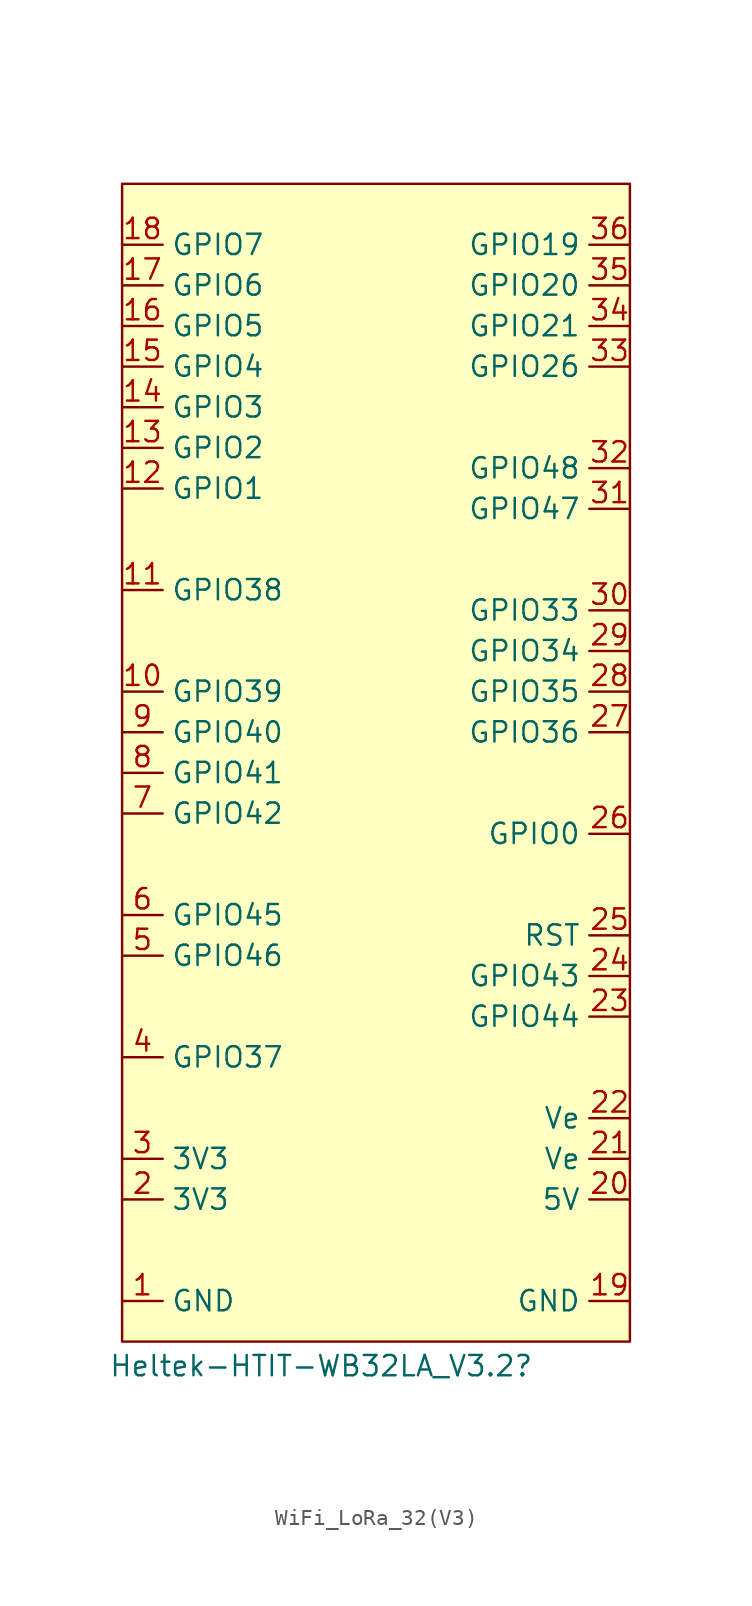
<source format=kicad_sym>
(kicad_symbol_lib
  (version 20231120)
  (generator "kicad_symbol_editor")
  (generator_version "8.0")
  (symbol "WiFi_LoRa_32(V3)"
    (property "Reference" "Heltek-HTIT-WB32LA_V3.2"
      (at -4.064 -35.814 0)
      (effects (font (size 1.27 1.27))))
    (property "Value" ""
      (at -16.51 0 0)
      (effects (font (size 1.27 1.27))))
    (symbol "WiFi_LoRa_32(V3)_0_1"
      (rectangle (start -16.51 38.1) (end 15.24 -34.29) (stroke (width 0) (type default)) (fill (type background))))
    (symbol "WiFi_LoRa_32(V3)_1_1"
      (pin power_out line (at -16.51 -31.75 0) (length 2.54) (name "GND" (effects (font (size 1.27 1.27)))) (number "1" (effects (font (size 1.27 1.27)))))
      (pin bidirectional line (at -16.51 6.35 0) (length 2.54) (name "GPIO39" (effects (font (size 1.27 1.27)))) (number "10" (effects (font (size 1.27 1.27)))) (alternate "MTCK" bidirectional line))
      (pin bidirectional line (at -16.51 12.7 0) (length 2.54) (name "GPIO38" (effects (font (size 1.27 1.27)))) (number "11" (effects (font (size 1.27 1.27)))) (alternate "FSPIWP" bidirectional line) (alternate "SUBSPIWP" bidirectional line))
      (pin bidirectional line (at -16.51 19.05 0) (length 2.54) (name "GPIO1" (effects (font (size 1.27 1.27)))) (number "12" (effects (font (size 1.27 1.27)))) (alternate "ADC1_CH0" bidirectional line) (alternate "TOUCH1" bidirectional line) (alternate "VBAT_READ" bidirectional line))
      (pin bidirectional line (at -16.51 21.59 0) (length 2.54) (name "GPIO2" (effects (font (size 1.27 1.27)))) (number "13" (effects (font (size 1.27 1.27)))) (alternate "ADC1_CH1" bidirectional line) (alternate "TOUCH2" bidirectional line))
      (pin bidirectional line (at -16.51 24.13 0) (length 2.54) (name "GPIO3" (effects (font (size 1.27 1.27)))) (number "14" (effects (font (size 1.27 1.27)))) (alternate "ADC1_CH2" bidirectional line) (alternate "TOUCH3" bidirectional line))
      (pin bidirectional line (at -16.51 26.67 0) (length 2.54) (name "GPIO4" (effects (font (size 1.27 1.27)))) (number "15" (effects (font (size 1.27 1.27)))) (alternate "ADC1_CH3" bidirectional line) (alternate "TOUCH4" bidirectional line))
      (pin bidirectional line (at -16.51 29.21 0) (length 2.54) (name "GPIO5" (effects (font (size 1.27 1.27)))) (number "16" (effects (font (size 1.27 1.27)))) (alternate "ADC1_CH4" bidirectional line) (alternate "TOUCH5" bidirectional line))
      (pin bidirectional line (at -16.51 31.75 0) (length 2.54) (name "GPIO6" (effects (font (size 1.27 1.27)))) (number "17" (effects (font (size 1.27 1.27)))) (alternate "ADC1_CH5" bidirectional line) (alternate "TOUCH6" bidirectional line))
      (pin bidirectional line (at -16.51 34.29 0) (length 2.54) (name "GPIO7" (effects (font (size 1.27 1.27)))) (number "18" (effects (font (size 1.27 1.27)))) (alternate "ADC1_CH6" bidirectional line) (alternate "TOUCH7" bidirectional line))
      (pin power_out line (at 15.24 -31.75 180) (length 2.54) (name "GND" (effects (font (size 1.27 1.27)))) (number "19" (effects (font (size 1.27 1.27)))))
      (pin power_out line (at -16.51 -25.4 0) (length 2.54) (name "3V3" (effects (font (size 1.27 1.27)))) (number "2" (effects (font (size 1.27 1.27)))))
      (pin power_out line (at 15.24 -25.4 180) (length 2.54) (name "5V" (effects (font (size 1.27 1.27)))) (number "20" (effects (font (size 1.27 1.27)))))
      (pin bidirectional line (at 15.24 -22.86 180) (length 2.54) (name "Ve" (effects (font (size 1.27 1.27)))) (number "21" (effects (font (size 1.27 1.27)))))
      (pin bidirectional line (at 15.24 -20.32 180) (length 2.54) (name "Ve" (effects (font (size 1.27 1.27)))) (number "22" (effects (font (size 1.27 1.27)))))
      (pin bidirectional line (at 15.24 -13.97 180) (length 2.54) (name "GPIO44" (effects (font (size 1.27 1.27)))) (number "23" (effects (font (size 1.27 1.27)))) (alternate "CP2102_TX" output line) (alternate "U0RXD" input line))
      (pin bidirectional line (at 15.24 -11.43 180) (length 2.54) (name "GPIO43" (effects (font (size 1.27 1.27)))) (number "24" (effects (font (size 1.27 1.27)))) (alternate "CP2102_RX" input line) (alternate "U0TXD" output line))
      (pin input line (at 15.24 -8.89 180) (length 2.54) (name "RST" (effects (font (size 1.27 1.27)))) (number "25" (effects (font (size 1.27 1.27)))) (alternate "RST_SW" input line))
      (pin bidirectional line (at 15.24 -2.54 180) (length 2.54) (name "GPIO0" (effects (font (size 1.27 1.27)))) (number "26" (effects (font (size 1.27 1.27)))) (alternate "USER_SW" input line))
      (pin bidirectional line (at 15.24 3.81 180) (length 2.54) (name "GPIO36" (effects (font (size 1.27 1.27)))) (number "27" (effects (font (size 1.27 1.27)))) (alternate "FSPICLK" output line) (alternate "SPIIO7" bidirectional line) (alternate "SUBSPICLK" output line) (alternate "Vext_Ctrl" output line))
      (pin bidirectional line (at 15.24 6.35 180) (length 2.54) (name "GPIO35" (effects (font (size 1.27 1.27)))) (number "28" (effects (font (size 1.27 1.27)))) (alternate "FSPID" bidirectional line) (alternate "LED_Write" output line) (alternate "SPIIO6" bidirectional line) (alternate "SUBSPID" bidirectional line))
      (pin bidirectional line (at 15.24 8.89 180) (length 2.54) (name "GPIO34" (effects (font (size 1.27 1.27)))) (number "29" (effects (font (size 1.27 1.27)))) (alternate "FSPIHD" input line) (alternate "SPICS0" output line) (alternate "SUBSPICS0" output line))
      (pin power_out line (at -16.51 -22.86 0) (length 2.54) (name "3V3" (effects (font (size 1.27 1.27)))) (number "3" (effects (font (size 1.27 1.27)))))
      (pin bidirectional line (at 15.24 11.43 180) (length 2.54) (name "GPIO33" (effects (font (size 1.27 1.27)))) (number "30" (effects (font (size 1.27 1.27)))) (alternate "FSPIHD" input line) (alternate "SPIIO4" bidirectional line) (alternate "SUBSPIHD" input line))
      (pin bidirectional line (at 15.24 17.78 180) (length 2.54) (name "GPIO47" (effects (font (size 1.27 1.27)))) (number "31" (effects (font (size 1.27 1.27)))))
      (pin bidirectional line (at 15.24 20.32 180) (length 2.54) (name "GPIO48" (effects (font (size 1.27 1.27)))) (number "32" (effects (font (size 1.27 1.27)))))
      (pin bidirectional line (at 15.24 26.67 180) (length 2.54) (name "GPIO26" (effects (font (size 1.27 1.27)))) (number "33" (effects (font (size 1.27 1.27)))) (alternate "SPICS1" output line))
      (pin bidirectional line (at 15.24 29.21 180) (length 2.54) (name "GPIO21" (effects (font (size 1.27 1.27)))) (number "34" (effects (font (size 1.27 1.27)))) (alternate "OLED_RST" output line))
      (pin bidirectional line (at 15.24 31.75 180) (length 2.54) (name "GPIO20" (effects (font (size 1.27 1.27)))) (number "35" (effects (font (size 1.27 1.27)))) (alternate "ADC2_CH9" bidirectional line) (alternate "CLK_OUT1" bidirectional line) (alternate "U1CTS" input line) (alternate "USB_D+" bidirectional line))
      (pin bidirectional line (at 15.24 34.29 180) (length 2.54) (name "GPIO19" (effects (font (size 1.27 1.27)))) (number "36" (effects (font (size 1.27 1.27)))) (alternate "ADC2_CH9" bidirectional line) (alternate "CLK_OUT2" bidirectional line) (alternate "U1RST" output line) (alternate "USB_D-" bidirectional line))
      (pin bidirectional line (at -16.51 -16.51 0) (length 2.54) (name "GPIO37" (effects (font (size 1.27 1.27)))) (number "4" (effects (font (size 1.27 1.27)))) (alternate "ADC_CTRL" bidirectional line) (alternate "FSPIQ" bidirectional line) (alternate "SPIDQS" bidirectional line) (alternate "SUBSPIQ" bidirectional line))
      (pin bidirectional line (at -16.51 -10.16 0) (length 2.54) (name "GPIO46" (effects (font (size 1.27 1.27)))) (number "5" (effects (font (size 1.27 1.27)))))
      (pin bidirectional line (at -16.51 -7.62 0) (length 2.54) (name "GPIO45" (effects (font (size 1.27 1.27)))) (number "6" (effects (font (size 1.27 1.27)))))
      (pin bidirectional line (at -16.51 -1.27 0) (length 2.54) (name "GPIO42" (effects (font (size 1.27 1.27)))) (number "7" (effects (font (size 1.27 1.27)))) (alternate "MTMS" bidirectional line))
      (pin bidirectional line (at -16.51 1.27 0) (length 2.54) (name "GPIO41" (effects (font (size 1.27 1.27)))) (number "8" (effects (font (size 1.27 1.27)))) (alternate "MTDI" bidirectional line))
      (pin bidirectional line (at -16.51 3.81 0) (length 2.54) (name "GPIO40" (effects (font (size 1.27 1.27)))) (number "9" (effects (font (size 1.27 1.27)))) (alternate "MTDO" bidirectional line)))))
</source>
